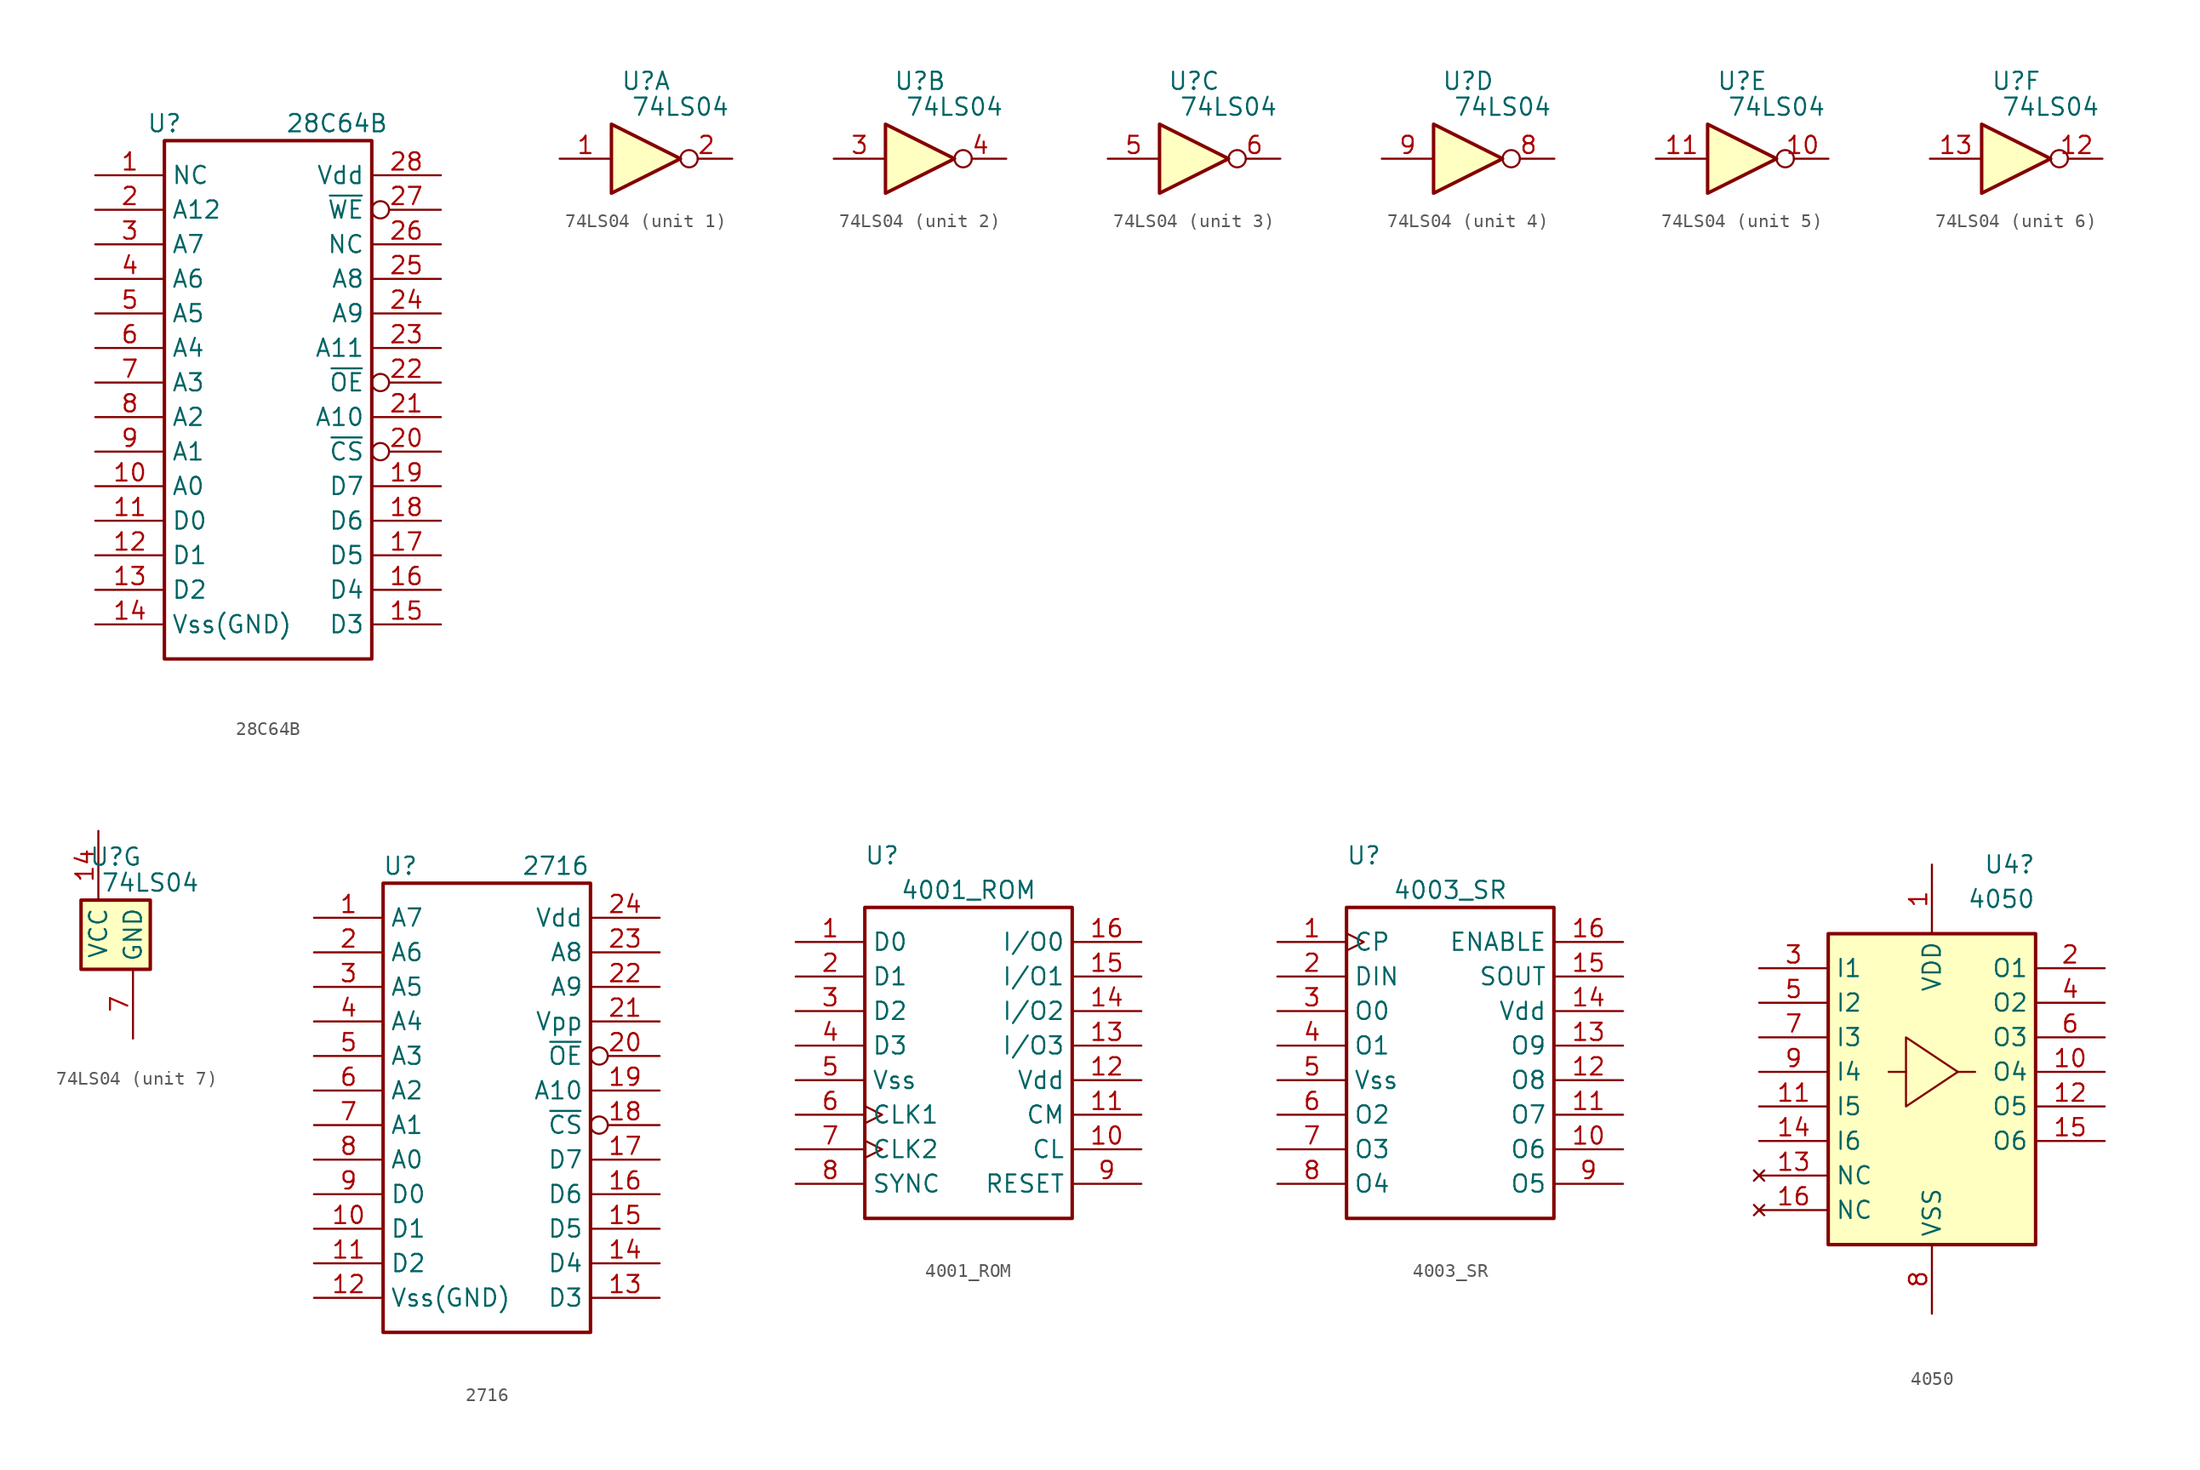
<source format=kicad_sym>
(kicad_symbol_lib
  (version 20231120)
  (generator "kicad_symbol_editor")
  (generator_version "8.0")
  (symbol "28C64B"
    (property "Reference" "U"
      (at -7.62 19.05 0)
      (effects (font (size 1.27 1.27))))
    (property "Value" "28C64B"
      (at 1.27 19.05 0)
      (effects (font (size 1.27 1.27)) (justify left)))
    (symbol "28C64B_1_1"
      (rectangle (start -7.62 17.78) (end 7.62 -20.32) (stroke (width 0.254) (type default)) (fill (type none)))
      (pin free line (at -12.7 15.24 0) (length 5.08) (name "NC" (effects (font (size 1.27 1.27)))) (number "1" (effects (font (size 1.27 1.27)))))
      (pin input line (at -12.7 -7.62 0) (length 5.08) (name "A0" (effects (font (size 1.27 1.27)))) (number "10" (effects (font (size 1.27 1.27)))))
      (pin tri_state line (at -12.7 -10.16 0) (length 5.08) (name "D0" (effects (font (size 1.27 1.27)))) (number "11" (effects (font (size 1.27 1.27)))))
      (pin tri_state line (at -12.7 -12.7 0) (length 5.08) (name "D1" (effects (font (size 1.27 1.27)))) (number "12" (effects (font (size 1.27 1.27)))))
      (pin tri_state line (at -12.7 -15.24 0) (length 5.08) (name "D2" (effects (font (size 1.27 1.27)))) (number "13" (effects (font (size 1.27 1.27)))))
      (pin power_in line (at -12.7 -17.78 0) (length 5.08) (name "Vss(GND)" (effects (font (size 1.27 1.27)))) (number "14" (effects (font (size 1.27 1.27)))))
      (pin tri_state line (at 12.7 -17.78 180) (length 5.08) (name "D3" (effects (font (size 1.27 1.27)))) (number "15" (effects (font (size 1.27 1.27)))))
      (pin tri_state line (at 12.7 -15.24 180) (length 5.08) (name "D4" (effects (font (size 1.27 1.27)))) (number "16" (effects (font (size 1.27 1.27)))))
      (pin tri_state line (at 12.7 -12.7 180) (length 5.08) (name "D5" (effects (font (size 1.27 1.27)))) (number "17" (effects (font (size 1.27 1.27)))))
      (pin tri_state line (at 12.7 -10.16 180) (length 5.08) (name "D6" (effects (font (size 1.27 1.27)))) (number "18" (effects (font (size 1.27 1.27)))))
      (pin tri_state line (at 12.7 -7.62 180) (length 5.08) (name "D7" (effects (font (size 1.27 1.27)))) (number "19" (effects (font (size 1.27 1.27)))))
      (pin input line (at -12.7 12.7 0) (length 5.08) (name "A12" (effects (font (size 1.27 1.27)))) (number "2" (effects (font (size 1.27 1.27)))))
      (pin input inverted (at 12.7 -5.08 180) (length 5.08) (name "~{CS}" (effects (font (size 1.27 1.27)))) (number "20" (effects (font (size 1.27 1.27)))))
      (pin input line (at 12.7 -2.54 180) (length 5.08) (name "A10" (effects (font (size 1.27 1.27)))) (number "21" (effects (font (size 1.27 1.27)))))
      (pin input inverted (at 12.7 0 180) (length 5.08) (name "~{OE}" (effects (font (size 1.27 1.27)))) (number "22" (effects (font (size 1.27 1.27)))))
      (pin input line (at 12.7 2.54 180) (length 5.08) (name "A11" (effects (font (size 1.27 1.27)))) (number "23" (effects (font (size 1.27 1.27)))))
      (pin input line (at 12.7 5.08 180) (length 5.08) (name "A9" (effects (font (size 1.27 1.27)))) (number "24" (effects (font (size 1.27 1.27)))))
      (pin input line (at 12.7 7.62 180) (length 5.08) (name "A8" (effects (font (size 1.27 1.27)))) (number "25" (effects (font (size 1.27 1.27)))))
      (pin free line (at 12.7 10.16 180) (length 5.08) (name "NC" (effects (font (size 1.27 1.27)))) (number "26" (effects (font (size 1.27 1.27)))))
      (pin input inverted (at 12.7 12.7 180) (length 5.08) (name "~{WE}" (effects (font (size 1.27 1.27)))) (number "27" (effects (font (size 1.27 1.27)))))
      (pin power_in line (at 12.7 15.24 180) (length 5.08) (name "Vdd" (effects (font (size 1.27 1.27)))) (number "28" (effects (font (size 1.27 1.27)))))
      (pin input line (at -12.7 10.16 0) (length 5.08) (name "A7" (effects (font (size 1.27 1.27)))) (number "3" (effects (font (size 1.27 1.27)))))
      (pin input line (at -12.7 7.62 0) (length 5.08) (name "A6" (effects (font (size 1.27 1.27)))) (number "4" (effects (font (size 1.27 1.27)))))
      (pin input line (at -12.7 5.08 0) (length 5.08) (name "A5" (effects (font (size 1.27 1.27)))) (number "5" (effects (font (size 1.27 1.27)))))
      (pin input line (at -12.7 2.54 0) (length 5.08) (name "A4" (effects (font (size 1.27 1.27)))) (number "6" (effects (font (size 1.27 1.27)))))
      (pin input line (at -12.7 0 0) (length 5.08) (name "A3" (effects (font (size 1.27 1.27)))) (number "7" (effects (font (size 1.27 1.27)))))
      (pin input line (at -12.7 -2.54 0) (length 5.08) (name "A2" (effects (font (size 1.27 1.27)))) (number "8" (effects (font (size 1.27 1.27)))))
      (pin input line (at -12.7 -5.08 0) (length 5.08) (name "A1" (effects (font (size 1.27 1.27)))) (number "9" (effects (font (size 1.27 1.27)))))))
  (symbol "74LS04"
    (property "Reference" "U"
      (at 0 5.715 0)
      (effects (font (size 1.27 1.27))))
    (property "Value" "74LS04"
      (at 2.54 3.81 0)
      (effects (font (size 1.27 1.27))))
    (property "ki_locked" ""
      (at 0 0 0)
      (effects (font (size 1.27 1.27))))
    (symbol "74LS04_1_0"
      (polyline (pts (xy -2.54 2.54) (xy -2.54 -2.54) (xy 2.54 0) (xy -2.54 2.54)) (stroke (width 0.254) (type default)) (fill (type background)))
      (pin input line (at -6.35 0 0) (length 3.81) (name "~" (effects (font (size 1.27 1.27)))) (number "1" (effects (font (size 1.27 1.27)))))
      (pin output inverted (at 6.35 0 180) (length 3.81) (name "~" (effects (font (size 1.27 1.27)))) (number "2" (effects (font (size 1.27 1.27))))))
    (symbol "74LS04_2_0"
      (polyline (pts (xy -2.54 2.54) (xy -2.54 -2.54) (xy 2.54 0) (xy -2.54 2.54)) (stroke (width 0.254) (type default)) (fill (type background)))
      (pin input line (at -6.35 0 0) (length 3.81) (name "~" (effects (font (size 1.27 1.27)))) (number "3" (effects (font (size 1.27 1.27)))))
      (pin output inverted (at 6.35 0 180) (length 3.81) (name "~" (effects (font (size 1.27 1.27)))) (number "4" (effects (font (size 1.27 1.27))))))
    (symbol "74LS04_3_0"
      (polyline (pts (xy -2.54 2.54) (xy -2.54 -2.54) (xy 2.54 0) (xy -2.54 2.54)) (stroke (width 0.254) (type default)) (fill (type background)))
      (pin input line (at -6.35 0 0) (length 3.81) (name "~" (effects (font (size 1.27 1.27)))) (number "5" (effects (font (size 1.27 1.27)))))
      (pin output inverted (at 6.35 0 180) (length 3.81) (name "~" (effects (font (size 1.27 1.27)))) (number "6" (effects (font (size 1.27 1.27))))))
    (symbol "74LS04_4_0"
      (polyline (pts (xy -2.54 2.54) (xy -2.54 -2.54) (xy 2.54 0) (xy -2.54 2.54)) (stroke (width 0.254) (type default)) (fill (type background)))
      (pin output inverted (at 6.35 0 180) (length 3.81) (name "~" (effects (font (size 1.27 1.27)))) (number "8" (effects (font (size 1.27 1.27)))))
      (pin input line (at -6.35 0 0) (length 3.81) (name "~" (effects (font (size 1.27 1.27)))) (number "9" (effects (font (size 1.27 1.27))))))
    (symbol "74LS04_5_0"
      (polyline (pts (xy -2.54 2.54) (xy -2.54 -2.54) (xy 2.54 0) (xy -2.54 2.54)) (stroke (width 0.254) (type default)) (fill (type background)))
      (pin output inverted (at 6.35 0 180) (length 3.81) (name "~" (effects (font (size 1.27 1.27)))) (number "10" (effects (font (size 1.27 1.27)))))
      (pin input line (at -6.35 0 0) (length 3.81) (name "~" (effects (font (size 1.27 1.27)))) (number "11" (effects (font (size 1.27 1.27))))))
    (symbol "74LS04_6_0"
      (polyline (pts (xy -2.54 2.54) (xy -2.54 -2.54) (xy 2.54 0) (xy -2.54 2.54)) (stroke (width 0.254) (type default)) (fill (type background)))
      (pin output inverted (at 6.35 0 180) (length 3.81) (name "~" (effects (font (size 1.27 1.27)))) (number "12" (effects (font (size 1.27 1.27)))))
      (pin input line (at -6.35 0 0) (length 3.81) (name "~" (effects (font (size 1.27 1.27)))) (number "13" (effects (font (size 1.27 1.27))))))
    (symbol "74LS04_7_0"
      (pin power_in line (at -1.27 7.62 270) (length 5.08) (name "VCC" (effects (font (size 1.27 1.27)))) (number "14" (effects (font (size 1.27 1.27)))))
      (pin power_in line (at 1.27 -7.62 90) (length 5.08) (name "GND" (effects (font (size 1.27 1.27)))) (number "7" (effects (font (size 1.27 1.27))))))
    (symbol "74LS04_7_1"
      (rectangle (start -2.54 2.54) (end 2.54 -2.54) (stroke (width 0.254) (type default)) (fill (type background)))))
  (symbol "2716"
    (property "Reference" "U"
      (at -6.35 24.13 0)
      (effects (font (size 1.27 1.27))))
    (property "Value" "2716"
      (at 2.54 24.13 0)
      (effects (font (size 1.27 1.27)) (justify left)))
    (symbol "2716_1_1"
      (rectangle (start -7.62 22.86) (end 7.62 -10.16) (stroke (width 0.254) (type default)) (fill (type none)))
      (pin input line (at -12.7 20.32 0) (length 5.08) (name "A7" (effects (font (size 1.27 1.27)))) (number "1" (effects (font (size 1.27 1.27)))))
      (pin tri_state line (at -12.7 -2.54 0) (length 5.08) (name "D1" (effects (font (size 1.27 1.27)))) (number "10" (effects (font (size 1.27 1.27)))))
      (pin tri_state line (at -12.7 -5.08 0) (length 5.08) (name "D2" (effects (font (size 1.27 1.27)))) (number "11" (effects (font (size 1.27 1.27)))))
      (pin power_in line (at -12.7 -7.62 0) (length 5.08) (name "Vss(GND)" (effects (font (size 1.27 1.27)))) (number "12" (effects (font (size 1.27 1.27)))))
      (pin tri_state line (at 12.7 -7.62 180) (length 5.08) (name "D3" (effects (font (size 1.27 1.27)))) (number "13" (effects (font (size 1.27 1.27)))))
      (pin tri_state line (at 12.7 -5.08 180) (length 5.08) (name "D4" (effects (font (size 1.27 1.27)))) (number "14" (effects (font (size 1.27 1.27)))))
      (pin tri_state line (at 12.7 -2.54 180) (length 5.08) (name "D5" (effects (font (size 1.27 1.27)))) (number "15" (effects (font (size 1.27 1.27)))))
      (pin tri_state line (at 12.7 0 180) (length 5.08) (name "D6" (effects (font (size 1.27 1.27)))) (number "16" (effects (font (size 1.27 1.27)))))
      (pin tri_state line (at 12.7 2.54 180) (length 5.08) (name "D7" (effects (font (size 1.27 1.27)))) (number "17" (effects (font (size 1.27 1.27)))))
      (pin input inverted (at 12.7 5.08 180) (length 5.08) (name "~{CS}" (effects (font (size 1.27 1.27)))) (number "18" (effects (font (size 1.27 1.27)))))
      (pin input line (at 12.7 7.62 180) (length 5.08) (name "A10" (effects (font (size 1.27 1.27)))) (number "19" (effects (font (size 1.27 1.27)))))
      (pin input line (at -12.7 17.78 0) (length 5.08) (name "A6" (effects (font (size 1.27 1.27)))) (number "2" (effects (font (size 1.27 1.27)))))
      (pin input inverted (at 12.7 10.16 180) (length 5.08) (name "~{OE}" (effects (font (size 1.27 1.27)))) (number "20" (effects (font (size 1.27 1.27)))))
      (pin power_in line (at 12.7 12.7 180) (length 5.08) (name "Vpp" (effects (font (size 1.27 1.27)))) (number "21" (effects (font (size 1.27 1.27)))))
      (pin input line (at 12.7 15.24 180) (length 5.08) (name "A9" (effects (font (size 1.27 1.27)))) (number "22" (effects (font (size 1.27 1.27)))))
      (pin input line (at 12.7 17.78 180) (length 5.08) (name "A8" (effects (font (size 1.27 1.27)))) (number "23" (effects (font (size 1.27 1.27)))))
      (pin power_in line (at 12.7 20.32 180) (length 5.08) (name "Vdd" (effects (font (size 1.27 1.27)))) (number "24" (effects (font (size 1.27 1.27)))))
      (pin input line (at -12.7 15.24 0) (length 5.08) (name "A5" (effects (font (size 1.27 1.27)))) (number "3" (effects (font (size 1.27 1.27)))))
      (pin input line (at -12.7 12.7 0) (length 5.08) (name "A4" (effects (font (size 1.27 1.27)))) (number "4" (effects (font (size 1.27 1.27)))))
      (pin input line (at -12.7 10.16 0) (length 5.08) (name "A3" (effects (font (size 1.27 1.27)))) (number "5" (effects (font (size 1.27 1.27)))))
      (pin input line (at -12.7 7.62 0) (length 5.08) (name "A2" (effects (font (size 1.27 1.27)))) (number "6" (effects (font (size 1.27 1.27)))))
      (pin input line (at -12.7 5.08 0) (length 5.08) (name "A1" (effects (font (size 1.27 1.27)))) (number "7" (effects (font (size 1.27 1.27)))))
      (pin input line (at -12.7 2.54 0) (length 5.08) (name "A0" (effects (font (size 1.27 1.27)))) (number "8" (effects (font (size 1.27 1.27)))))
      (pin tri_state line (at -12.7 0 0) (length 5.08) (name "D0" (effects (font (size 1.27 1.27)))) (number "9" (effects (font (size 1.27 1.27)))))))
  (symbol "4001_ROM"
    (property "Reference" "U"
      (at -6.35 13.97 0)
      (effects (font (size 1.27 1.27))))
    (property "Value" "4001_ROM"
      (at 0 11.43 0)
      (effects (font (size 1.27 1.27))))
    (symbol "4001_ROM_1_0"
      (pin bidirectional line (at -12.7 7.62 0) (length 5.08) (name "D0" (effects (font (size 1.27 1.27)))) (number "1" (effects (font (size 1.27 1.27)))))
      (pin input line (at 12.7 -7.62 180) (length 5.08) (name "CL" (effects (font (size 1.27 1.27)))) (number "10" (effects (font (size 1.27 1.27)))))
      (pin input line (at 12.7 -5.08 180) (length 5.08) (name "CM" (effects (font (size 1.27 1.27)))) (number "11" (effects (font (size 1.27 1.27)))))
      (pin power_in line (at 12.7 -2.54 180) (length 5.08) (name "Vdd" (effects (font (size 1.27 1.27)))) (number "12" (effects (font (size 1.27 1.27)))))
      (pin bidirectional line (at 12.7 0 180) (length 5.08) (name "I/O3" (effects (font (size 1.27 1.27)))) (number "13" (effects (font (size 1.27 1.27)))))
      (pin bidirectional line (at 12.7 2.54 180) (length 5.08) (name "I/O2" (effects (font (size 1.27 1.27)))) (number "14" (effects (font (size 1.27 1.27)))))
      (pin bidirectional line (at 12.7 5.08 180) (length 5.08) (name "I/O1" (effects (font (size 1.27 1.27)))) (number "15" (effects (font (size 1.27 1.27)))))
      (pin bidirectional line (at 12.7 7.62 180) (length 5.08) (name "I/O0" (effects (font (size 1.27 1.27)))) (number "16" (effects (font (size 1.27 1.27)))))
      (pin bidirectional line (at -12.7 5.08 0) (length 5.08) (name "D1" (effects (font (size 1.27 1.27)))) (number "2" (effects (font (size 1.27 1.27)))))
      (pin bidirectional line (at -12.7 2.54 0) (length 5.08) (name "D2" (effects (font (size 1.27 1.27)))) (number "3" (effects (font (size 1.27 1.27)))))
      (pin bidirectional line (at -12.7 0 0) (length 5.08) (name "D3" (effects (font (size 1.27 1.27)))) (number "4" (effects (font (size 1.27 1.27)))))
      (pin power_in line (at -12.7 -2.54 0) (length 5.08) (name "Vss" (effects (font (size 1.27 1.27)))) (number "5" (effects (font (size 1.27 1.27)))))
      (pin input clock (at -12.7 -5.08 0) (length 5.08) (name "CLK1" (effects (font (size 1.27 1.27)))) (number "6" (effects (font (size 1.27 1.27)))))
      (pin input clock (at -12.7 -7.62 0) (length 5.08) (name "CLK2" (effects (font (size 1.27 1.27)))) (number "7" (effects (font (size 1.27 1.27)))))
      (pin input line (at -12.7 -10.16 0) (length 5.08) (name "SYNC" (effects (font (size 1.27 1.27)))) (number "8" (effects (font (size 1.27 1.27)))))
      (pin input line (at 12.7 -10.16 180) (length 5.08) (name "RESET" (effects (font (size 1.27 1.27)))) (number "9" (effects (font (size 1.27 1.27))))))
    (symbol "4001_ROM_1_1"
      (rectangle (start -7.62 10.16) (end 7.62 -12.7) (stroke (width 0.254) (type default)) (fill (type none)))))
  (symbol "4003_SR"
    (property "Reference" "U"
      (at -6.35 13.97 0)
      (effects (font (size 1.27 1.27))))
    (property "Value" "4003_SR"
      (at 0 11.43 0)
      (effects (font (size 1.27 1.27))))
    (symbol "4003_SR_1_0"
      (pin input clock (at -12.7 7.62 0) (length 5.08) (name "CP" (effects (font (size 1.27 1.27)))) (number "1" (effects (font (size 1.27 1.27)))))
      (pin output line (at 12.7 -7.62 180) (length 5.08) (name "O6" (effects (font (size 1.27 1.27)))) (number "10" (effects (font (size 1.27 1.27)))))
      (pin output line (at 12.7 -5.08 180) (length 5.08) (name "O7" (effects (font (size 1.27 1.27)))) (number "11" (effects (font (size 1.27 1.27)))))
      (pin output line (at 12.7 -2.54 180) (length 5.08) (name "O8" (effects (font (size 1.27 1.27)))) (number "12" (effects (font (size 1.27 1.27)))))
      (pin output line (at 12.7 0 180) (length 5.08) (name "O9" (effects (font (size 1.27 1.27)))) (number "13" (effects (font (size 1.27 1.27)))))
      (pin power_in line (at 12.7 2.54 180) (length 5.08) (name "Vdd" (effects (font (size 1.27 1.27)))) (number "14" (effects (font (size 1.27 1.27)))))
      (pin output line (at 12.7 5.08 180) (length 5.08) (name "SOUT" (effects (font (size 1.27 1.27)))) (number "15" (effects (font (size 1.27 1.27)))))
      (pin input line (at 12.7 7.62 180) (length 5.08) (name "ENABLE" (effects (font (size 1.27 1.27)))) (number "16" (effects (font (size 1.27 1.27)))))
      (pin input line (at -12.7 5.08 0) (length 5.08) (name "DIN" (effects (font (size 1.27 1.27)))) (number "2" (effects (font (size 1.27 1.27)))))
      (pin output line (at -12.7 2.54 0) (length 5.08) (name "O0" (effects (font (size 1.27 1.27)))) (number "3" (effects (font (size 1.27 1.27)))))
      (pin output line (at -12.7 0 0) (length 5.08) (name "O1" (effects (font (size 1.27 1.27)))) (number "4" (effects (font (size 1.27 1.27)))))
      (pin power_in line (at -12.7 -2.54 0) (length 5.08) (name "Vss" (effects (font (size 1.27 1.27)))) (number "5" (effects (font (size 1.27 1.27)))))
      (pin output line (at -12.7 -5.08 0) (length 5.08) (name "O2" (effects (font (size 1.27 1.27)))) (number "6" (effects (font (size 1.27 1.27)))))
      (pin output line (at -12.7 -7.62 0) (length 5.08) (name "O3" (effects (font (size 1.27 1.27)))) (number "7" (effects (font (size 1.27 1.27)))))
      (pin output line (at -12.7 -10.16 0) (length 5.08) (name "O4" (effects (font (size 1.27 1.27)))) (number "8" (effects (font (size 1.27 1.27)))))
      (pin output line (at 12.7 -10.16 180) (length 5.08) (name "O5" (effects (font (size 1.27 1.27)))) (number "9" (effects (font (size 1.27 1.27))))))
    (symbol "4003_SR_1_1"
      (rectangle (start -7.62 10.16) (end 7.62 -12.7) (stroke (width 0.254) (type default)) (fill (type none)))))
  (symbol "4050"
    (property "Reference" "U4"
      (at 7.62 15.24 0)
      (effects (font (size 1.27 1.27)) (justify right)))
    (property "Value" "4050"
      (at 7.62 12.7 0)
      (effects (font (size 1.27 1.27)) (justify right)))
    (symbol "4050_1_0"
      (pin power_in line (at 0 15.24 270) (length 5.08) (name "VDD" (effects (font (size 1.27 1.27)))) (number "1" (effects (font (size 1.27 1.27)))))
      (pin output line (at 12.7 0 180) (length 5.08) (name "O4" (effects (font (size 1.27 1.27)))) (number "10" (effects (font (size 1.27 1.27)))))
      (pin input line (at -12.7 -2.54 0) (length 5.08) (name "I5" (effects (font (size 1.27 1.27)))) (number "11" (effects (font (size 1.27 1.27)))))
      (pin output line (at 12.7 -2.54 180) (length 5.08) (name "O5" (effects (font (size 1.27 1.27)))) (number "12" (effects (font (size 1.27 1.27)))))
      (pin no_connect line (at -12.7 -7.62 0) (length 5.08) (name "NC" (effects (font (size 1.27 1.27)))) (number "13" (effects (font (size 1.27 1.27)))))
      (pin input line (at -12.7 -5.08 0) (length 5.08) (name "I6" (effects (font (size 1.27 1.27)))) (number "14" (effects (font (size 1.27 1.27)))))
      (pin output line (at 12.7 -5.08 180) (length 5.08) (name "O6" (effects (font (size 1.27 1.27)))) (number "15" (effects (font (size 1.27 1.27)))))
      (pin no_connect line (at -12.7 -10.16 0) (length 5.08) (name "NC" (effects (font (size 1.27 1.27)))) (number "16" (effects (font (size 1.27 1.27)))))
      (pin output line (at 12.7 7.62 180) (length 5.08) (name "O1" (effects (font (size 1.27 1.27)))) (number "2" (effects (font (size 1.27 1.27)))))
      (pin input line (at -12.7 7.62 0) (length 5.08) (name "I1" (effects (font (size 1.27 1.27)))) (number "3" (effects (font (size 1.27 1.27)))))
      (pin output line (at 12.7 5.08 180) (length 5.08) (name "O2" (effects (font (size 1.27 1.27)))) (number "4" (effects (font (size 1.27 1.27)))))
      (pin input line (at -12.7 5.08 0) (length 5.08) (name "I2" (effects (font (size 1.27 1.27)))) (number "5" (effects (font (size 1.27 1.27)))))
      (pin output line (at 12.7 2.54 180) (length 5.08) (name "O3" (effects (font (size 1.27 1.27)))) (number "6" (effects (font (size 1.27 1.27)))))
      (pin input line (at -12.7 2.54 0) (length 5.08) (name "I3" (effects (font (size 1.27 1.27)))) (number "7" (effects (font (size 1.27 1.27)))))
      (pin power_in line (at 0 -17.78 90) (length 5.08) (name "VSS" (effects (font (size 1.27 1.27)))) (number "8" (effects (font (size 1.27 1.27)))))
      (pin input line (at -12.7 0 0) (length 5.08) (name "I4" (effects (font (size 1.27 1.27)))) (number "9" (effects (font (size 1.27 1.27))))))
    (symbol "4050_1_1"
      (rectangle (start -7.62 10.16) (end 7.62 -12.7) (stroke (width 0.254) (type default)) (fill (type background)))
      (polyline (pts (xy -1.905 0) (xy -3.175 0)) (stroke (width 0) (type default)) (fill (type none)))
      (polyline (pts (xy 1.905 0) (xy 3.175 0)) (stroke (width 0) (type default)) (fill (type none)))
      (polyline (pts (xy 1.905 0) (xy -1.905 2.54) (xy -1.905 -2.54) (xy 1.905 0)) (stroke (width 0) (type default)) (fill (type none))))))
</source>
